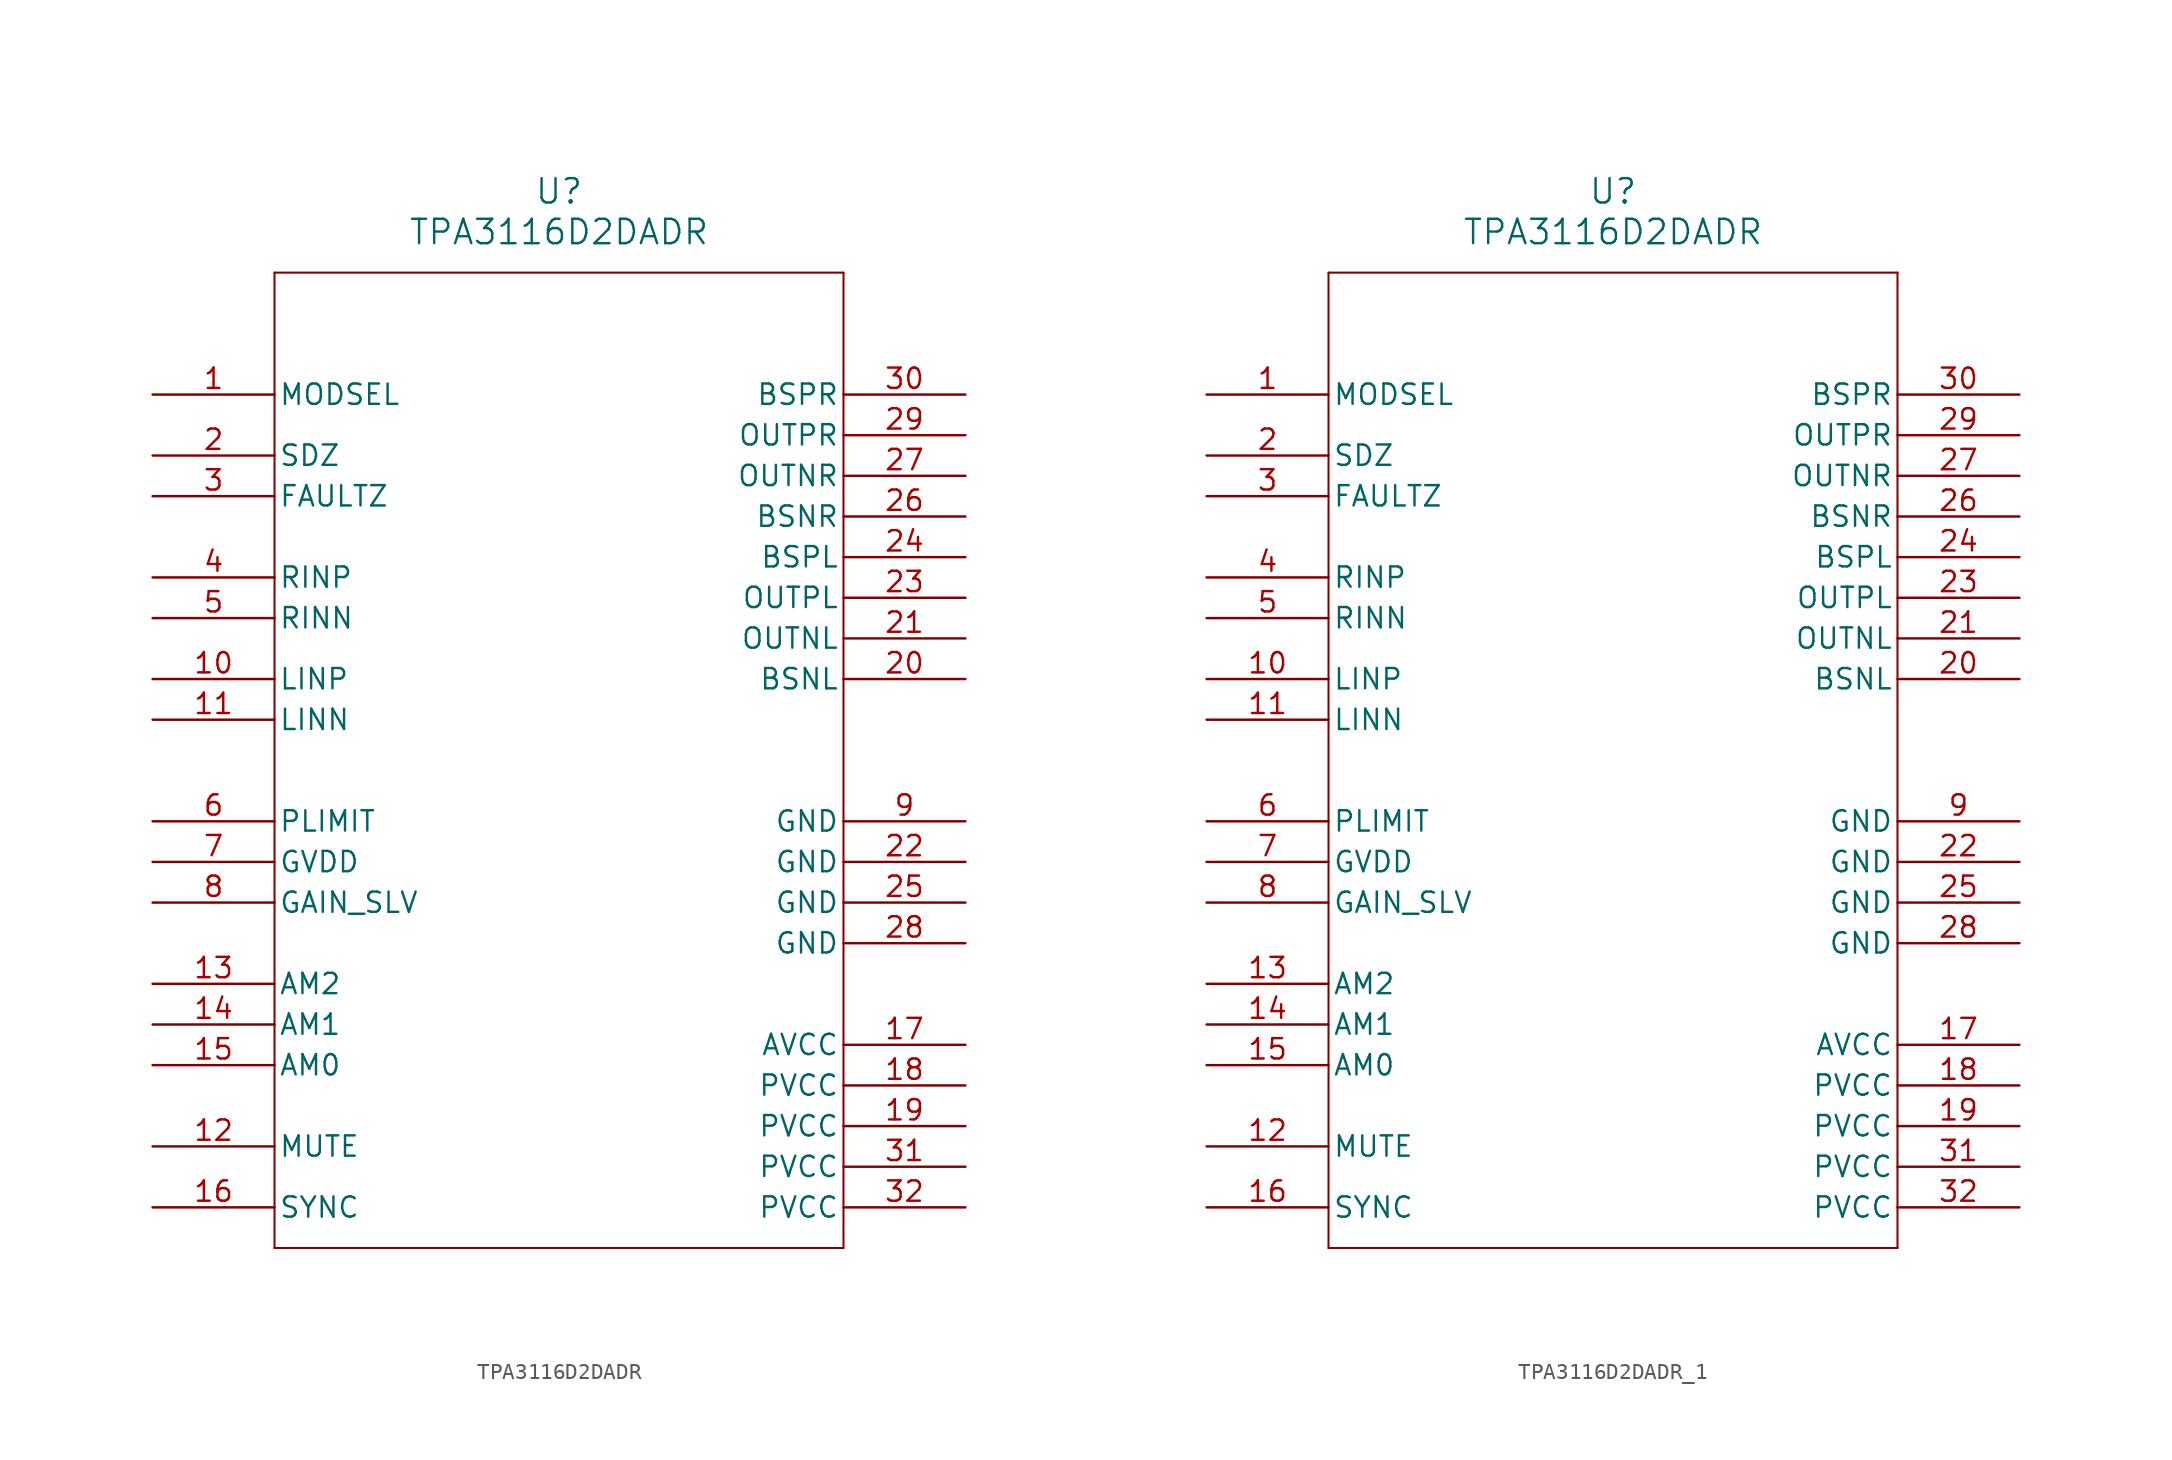
<source format=kicad_sym>
(kicad_symbol_lib
  (version 20220914)
  (generator kicad_symbol_editor)
  (symbol "TPA3116D2DADR"
    (pin_names
      (offset 0.254))
    (property "Reference" "U"
      (at 25.4 12.7 0)
      (effects (font (size 1.524 1.524))))
    (property "Value" "TPA3116D2DADR"
      (at 25.4 10.16 0)
      (effects (font (size 1.524 1.524))))
    (symbol "TPA3116D2DADR_1_1"
      (polyline (pts (xy 7.62 -53.34) (xy 43.18 -53.34)) (stroke (width 0.127) (type default)) (fill (type none)))
      (polyline (pts (xy 7.62 7.62) (xy 7.62 -53.34)) (stroke (width 0.127) (type default)) (fill (type none)))
      (polyline (pts (xy 43.18 -53.34) (xy 43.18 7.62)) (stroke (width 0.127) (type default)) (fill (type none)))
      (polyline (pts (xy 43.18 7.62) (xy 7.62 7.62)) (stroke (width 0.127) (type default)) (fill (type none)))
      (pin input line (at 0 0 0) (length 7.62) (name "MODSEL" (effects (font (size 1.27 1.27)))) (number "1" (effects (font (size 1.27 1.27)))))
      (pin input line (at 0 -17.78 0) (length 7.62) (name "LINP" (effects (font (size 1.27 1.27)))) (number "10" (effects (font (size 1.27 1.27)))))
      (pin input line (at 0 -20.32 0) (length 7.62) (name "LINN" (effects (font (size 1.27 1.27)))) (number "11" (effects (font (size 1.27 1.27)))))
      (pin input line (at 0 -46.99 0) (length 7.62) (name "MUTE" (effects (font (size 1.27 1.27)))) (number "12" (effects (font (size 1.27 1.27)))))
      (pin input line (at 0 -36.83 0) (length 7.62) (name "AM2" (effects (font (size 1.27 1.27)))) (number "13" (effects (font (size 1.27 1.27)))))
      (pin input line (at 0 -39.37 0) (length 7.62) (name "AM1" (effects (font (size 1.27 1.27)))) (number "14" (effects (font (size 1.27 1.27)))))
      (pin input line (at 0 -41.91 0) (length 7.62) (name "AM0" (effects (font (size 1.27 1.27)))) (number "15" (effects (font (size 1.27 1.27)))))
      (pin bidirectional line (at 0 -50.8 0) (length 7.62) (name "SYNC" (effects (font (size 1.27 1.27)))) (number "16" (effects (font (size 1.27 1.27)))))
      (pin power_in line (at 50.8 -40.64 180) (length 7.62) (name "AVCC" (effects (font (size 1.27 1.27)))) (number "17" (effects (font (size 1.27 1.27)))))
      (pin power_in line (at 50.8 -43.18 180) (length 7.62) (name "PVCC" (effects (font (size 1.27 1.27)))) (number "18" (effects (font (size 1.27 1.27)))))
      (pin power_in line (at 50.8 -45.72 180) (length 7.62) (name "PVCC" (effects (font (size 1.27 1.27)))) (number "19" (effects (font (size 1.27 1.27)))))
      (pin input line (at 0 -3.81 0) (length 7.62) (name "SDZ" (effects (font (size 1.27 1.27)))) (number "2" (effects (font (size 1.27 1.27)))))
      (pin unspecified line (at 50.8 -17.78 180) (length 7.62) (name "BSNL" (effects (font (size 1.27 1.27)))) (number "20" (effects (font (size 1.27 1.27)))))
      (pin tri_state line (at 50.8 -15.24 180) (length 7.62) (name "OUTNL" (effects (font (size 1.27 1.27)))) (number "21" (effects (font (size 1.27 1.27)))))
      (pin power_in line (at 50.8 -29.21 180) (length 7.62) (name "GND" (effects (font (size 1.27 1.27)))) (number "22" (effects (font (size 1.27 1.27)))))
      (pin tri_state line (at 50.8 -12.7 180) (length 7.62) (name "OUTPL" (effects (font (size 1.27 1.27)))) (number "23" (effects (font (size 1.27 1.27)))))
      (pin unspecified line (at 50.8 -10.16 180) (length 7.62) (name "BSPL" (effects (font (size 1.27 1.27)))) (number "24" (effects (font (size 1.27 1.27)))))
      (pin power_in line (at 50.8 -31.75 180) (length 7.62) (name "GND" (effects (font (size 1.27 1.27)))) (number "25" (effects (font (size 1.27 1.27)))))
      (pin unspecified line (at 50.8 -7.62 180) (length 7.62) (name "BSNR" (effects (font (size 1.27 1.27)))) (number "26" (effects (font (size 1.27 1.27)))))
      (pin tri_state line (at 50.8 -5.08 180) (length 7.62) (name "OUTNR" (effects (font (size 1.27 1.27)))) (number "27" (effects (font (size 1.27 1.27)))))
      (pin power_in line (at 50.8 -34.29 180) (length 7.62) (name "GND" (effects (font (size 1.27 1.27)))) (number "28" (effects (font (size 1.27 1.27)))))
      (pin tri_state line (at 50.8 -2.54 180) (length 7.62) (name "OUTPR" (effects (font (size 1.27 1.27)))) (number "29" (effects (font (size 1.27 1.27)))))
      (pin open_collector line (at 0 -6.35 0) (length 7.62) (name "FAULTZ" (effects (font (size 1.27 1.27)))) (number "3" (effects (font (size 1.27 1.27)))))
      (pin unspecified line (at 50.8 0 180) (length 7.62) (name "BSPR" (effects (font (size 1.27 1.27)))) (number "30" (effects (font (size 1.27 1.27)))))
      (pin power_in line (at 50.8 -48.26 180) (length 7.62) (name "PVCC" (effects (font (size 1.27 1.27)))) (number "31" (effects (font (size 1.27 1.27)))))
      (pin power_in line (at 50.8 -50.8 180) (length 7.62) (name "PVCC" (effects (font (size 1.27 1.27)))) (number "32" (effects (font (size 1.27 1.27)))))
      (pin input line (at 0 -11.43 0) (length 7.62) (name "RINP" (effects (font (size 1.27 1.27)))) (number "4" (effects (font (size 1.27 1.27)))))
      (pin input line (at 0 -13.97 0) (length 7.62) (name "RINN" (effects (font (size 1.27 1.27)))) (number "5" (effects (font (size 1.27 1.27)))))
      (pin input line (at 0 -26.67 0) (length 7.62) (name "PLIMIT" (effects (font (size 1.27 1.27)))) (number "6" (effects (font (size 1.27 1.27)))))
      (pin unspecified line (at 0 -29.21 0) (length 7.62) (name "GVDD" (effects (font (size 1.27 1.27)))) (number "7" (effects (font (size 1.27 1.27)))))
      (pin input line (at 0 -31.75 0) (length 7.62) (name "GAIN_SLV" (effects (font (size 1.27 1.27)))) (number "8" (effects (font (size 1.27 1.27)))))
      (pin power_in line (at 50.8 -26.67 180) (length 7.62) (name "GND" (effects (font (size 1.27 1.27)))) (number "9" (effects (font (size 1.27 1.27)))))))
  (symbol "TPA3116D2DADR_1"
    (pin_names
      (offset 0.254))
    (property "Reference" "U"
      (at 25.4 12.7 0)
      (effects (font (size 1.524 1.524))))
    (property "Value" "TPA3116D2DADR"
      (at 25.4 10.16 0)
      (effects (font (size 1.524 1.524))))
    (symbol "TPA3116D2DADR_1_1_1"
      (polyline (pts (xy 7.62 -53.34) (xy 43.18 -53.34)) (stroke (width 0.127) (type default)) (fill (type none)))
      (polyline (pts (xy 7.62 7.62) (xy 7.62 -53.34)) (stroke (width 0.127) (type default)) (fill (type none)))
      (polyline (pts (xy 43.18 -53.34) (xy 43.18 7.62)) (stroke (width 0.127) (type default)) (fill (type none)))
      (polyline (pts (xy 43.18 7.62) (xy 7.62 7.62)) (stroke (width 0.127) (type default)) (fill (type none)))
      (pin input line (at 0 0 0) (length 7.62) (name "MODSEL" (effects (font (size 1.27 1.27)))) (number "1" (effects (font (size 1.27 1.27)))))
      (pin input line (at 0 -17.78 0) (length 7.62) (name "LINP" (effects (font (size 1.27 1.27)))) (number "10" (effects (font (size 1.27 1.27)))))
      (pin input line (at 0 -20.32 0) (length 7.62) (name "LINN" (effects (font (size 1.27 1.27)))) (number "11" (effects (font (size 1.27 1.27)))))
      (pin input line (at 0 -46.99 0) (length 7.62) (name "MUTE" (effects (font (size 1.27 1.27)))) (number "12" (effects (font (size 1.27 1.27)))))
      (pin input line (at 0 -36.83 0) (length 7.62) (name "AM2" (effects (font (size 1.27 1.27)))) (number "13" (effects (font (size 1.27 1.27)))))
      (pin input line (at 0 -39.37 0) (length 7.62) (name "AM1" (effects (font (size 1.27 1.27)))) (number "14" (effects (font (size 1.27 1.27)))))
      (pin input line (at 0 -41.91 0) (length 7.62) (name "AM0" (effects (font (size 1.27 1.27)))) (number "15" (effects (font (size 1.27 1.27)))))
      (pin bidirectional line (at 0 -50.8 0) (length 7.62) (name "SYNC" (effects (font (size 1.27 1.27)))) (number "16" (effects (font (size 1.27 1.27)))))
      (pin power_in line (at 50.8 -40.64 180) (length 7.62) (name "AVCC" (effects (font (size 1.27 1.27)))) (number "17" (effects (font (size 1.27 1.27)))))
      (pin power_in line (at 50.8 -43.18 180) (length 7.62) (name "PVCC" (effects (font (size 1.27 1.27)))) (number "18" (effects (font (size 1.27 1.27)))))
      (pin power_in line (at 50.8 -45.72 180) (length 7.62) (name "PVCC" (effects (font (size 1.27 1.27)))) (number "19" (effects (font (size 1.27 1.27)))))
      (pin input line (at 0 -3.81 0) (length 7.62) (name "SDZ" (effects (font (size 1.27 1.27)))) (number "2" (effects (font (size 1.27 1.27)))))
      (pin unspecified line (at 50.8 -17.78 180) (length 7.62) (name "BSNL" (effects (font (size 1.27 1.27)))) (number "20" (effects (font (size 1.27 1.27)))))
      (pin tri_state line (at 50.8 -15.24 180) (length 7.62) (name "OUTNL" (effects (font (size 1.27 1.27)))) (number "21" (effects (font (size 1.27 1.27)))))
      (pin power_in line (at 50.8 -29.21 180) (length 7.62) (name "GND" (effects (font (size 1.27 1.27)))) (number "22" (effects (font (size 1.27 1.27)))))
      (pin tri_state line (at 50.8 -12.7 180) (length 7.62) (name "OUTPL" (effects (font (size 1.27 1.27)))) (number "23" (effects (font (size 1.27 1.27)))))
      (pin unspecified line (at 50.8 -10.16 180) (length 7.62) (name "BSPL" (effects (font (size 1.27 1.27)))) (number "24" (effects (font (size 1.27 1.27)))))
      (pin power_in line (at 50.8 -31.75 180) (length 7.62) (name "GND" (effects (font (size 1.27 1.27)))) (number "25" (effects (font (size 1.27 1.27)))))
      (pin unspecified line (at 50.8 -7.62 180) (length 7.62) (name "BSNR" (effects (font (size 1.27 1.27)))) (number "26" (effects (font (size 1.27 1.27)))))
      (pin tri_state line (at 50.8 -5.08 180) (length 7.62) (name "OUTNR" (effects (font (size 1.27 1.27)))) (number "27" (effects (font (size 1.27 1.27)))))
      (pin power_in line (at 50.8 -34.29 180) (length 7.62) (name "GND" (effects (font (size 1.27 1.27)))) (number "28" (effects (font (size 1.27 1.27)))))
      (pin tri_state line (at 50.8 -2.54 180) (length 7.62) (name "OUTPR" (effects (font (size 1.27 1.27)))) (number "29" (effects (font (size 1.27 1.27)))))
      (pin open_collector line (at 0 -6.35 0) (length 7.62) (name "FAULTZ" (effects (font (size 1.27 1.27)))) (number "3" (effects (font (size 1.27 1.27)))))
      (pin unspecified line (at 50.8 0 180) (length 7.62) (name "BSPR" (effects (font (size 1.27 1.27)))) (number "30" (effects (font (size 1.27 1.27)))))
      (pin power_in line (at 50.8 -48.26 180) (length 7.62) (name "PVCC" (effects (font (size 1.27 1.27)))) (number "31" (effects (font (size 1.27 1.27)))))
      (pin power_in line (at 50.8 -50.8 180) (length 7.62) (name "PVCC" (effects (font (size 1.27 1.27)))) (number "32" (effects (font (size 1.27 1.27)))))
      (pin input line (at 0 -11.43 0) (length 7.62) (name "RINP" (effects (font (size 1.27 1.27)))) (number "4" (effects (font (size 1.27 1.27)))))
      (pin input line (at 0 -13.97 0) (length 7.62) (name "RINN" (effects (font (size 1.27 1.27)))) (number "5" (effects (font (size 1.27 1.27)))))
      (pin input line (at 0 -26.67 0) (length 7.62) (name "PLIMIT" (effects (font (size 1.27 1.27)))) (number "6" (effects (font (size 1.27 1.27)))))
      (pin unspecified line (at 0 -29.21 0) (length 7.62) (name "GVDD" (effects (font (size 1.27 1.27)))) (number "7" (effects (font (size 1.27 1.27)))))
      (pin input line (at 0 -31.75 0) (length 7.62) (name "GAIN_SLV" (effects (font (size 1.27 1.27)))) (number "8" (effects (font (size 1.27 1.27)))))
      (pin power_in line (at 50.8 -26.67 180) (length 7.62) (name "GND" (effects (font (size 1.27 1.27)))) (number "9" (effects (font (size 1.27 1.27))))))))
</source>
